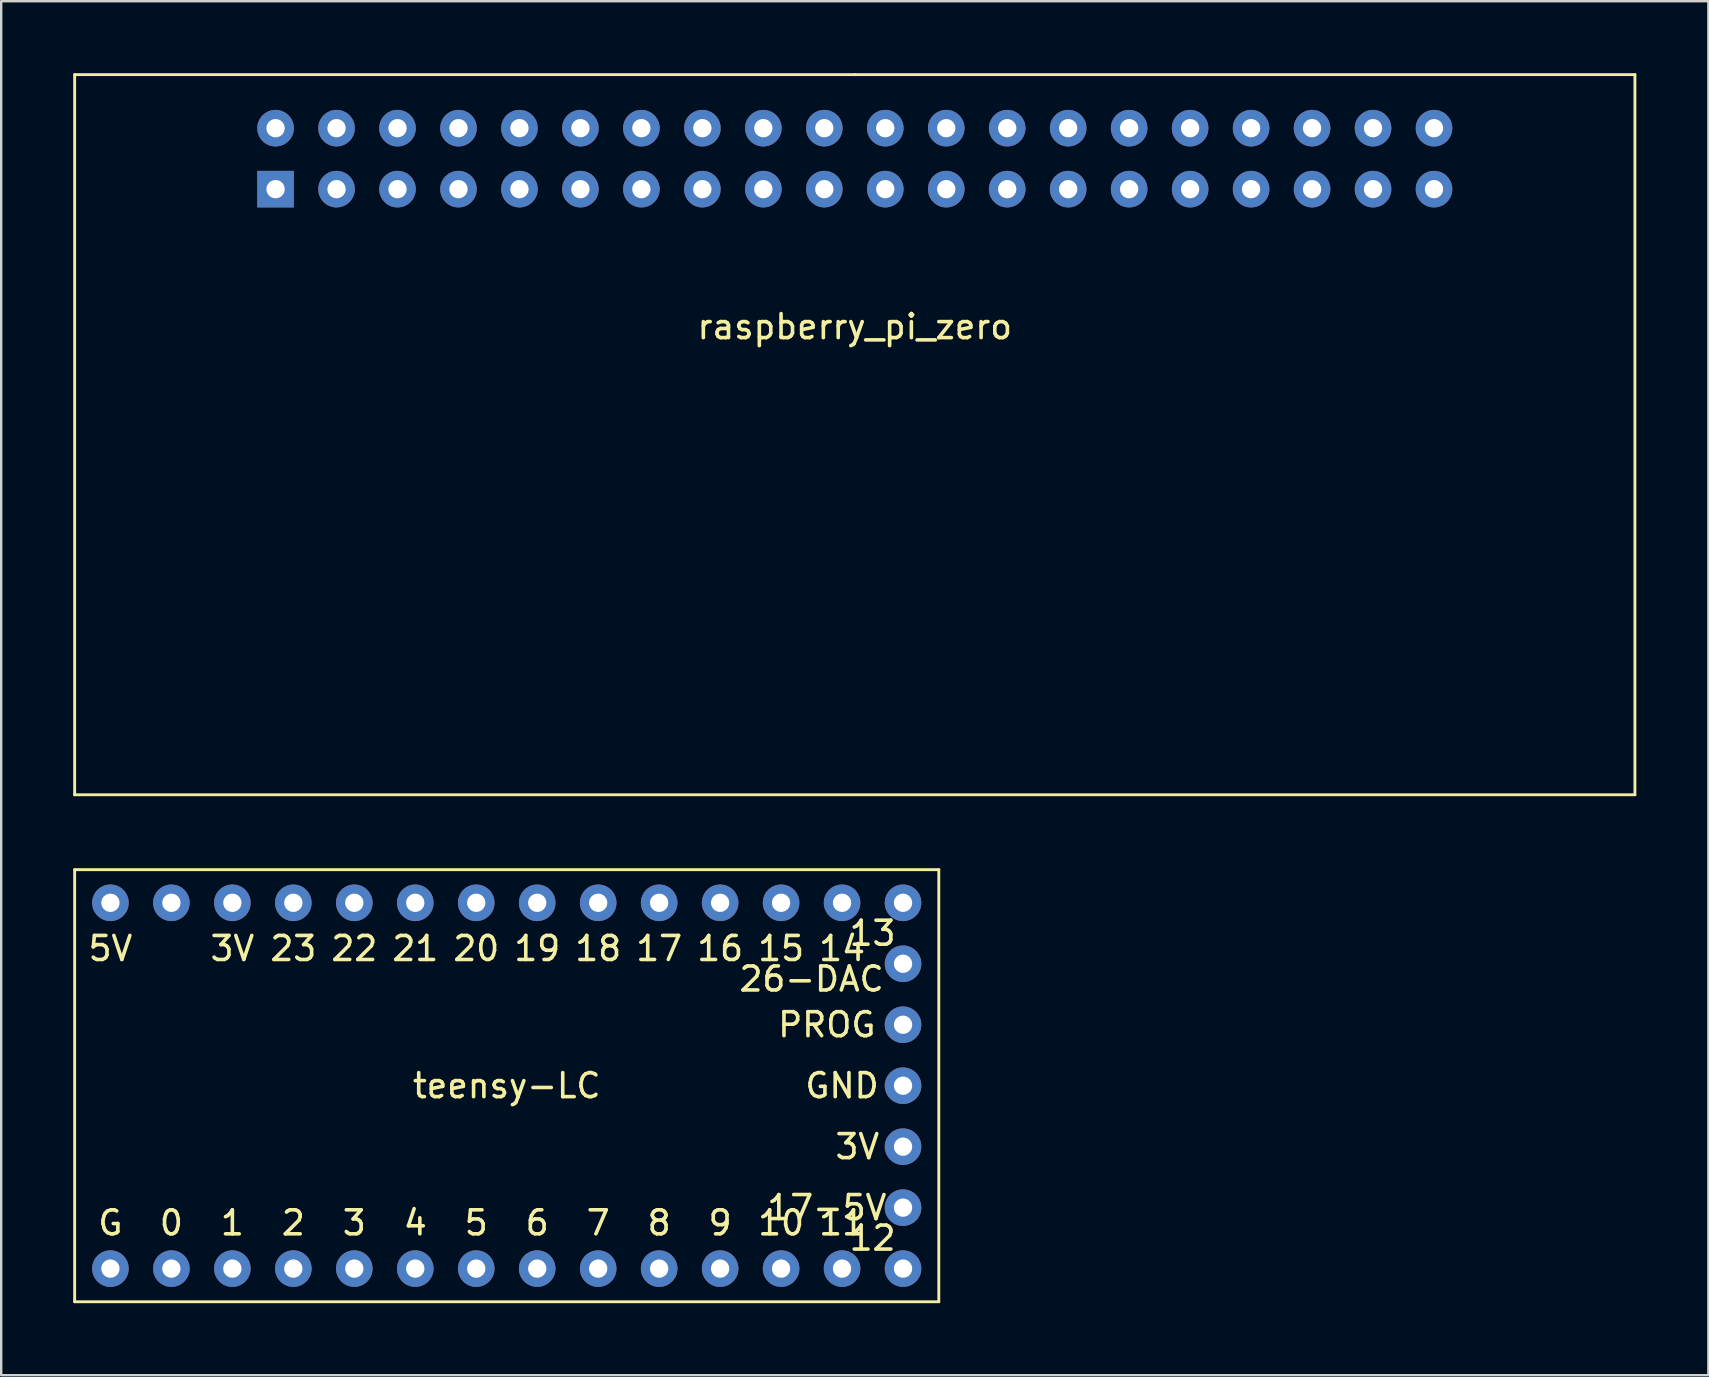
<source format=kicad_pcb>
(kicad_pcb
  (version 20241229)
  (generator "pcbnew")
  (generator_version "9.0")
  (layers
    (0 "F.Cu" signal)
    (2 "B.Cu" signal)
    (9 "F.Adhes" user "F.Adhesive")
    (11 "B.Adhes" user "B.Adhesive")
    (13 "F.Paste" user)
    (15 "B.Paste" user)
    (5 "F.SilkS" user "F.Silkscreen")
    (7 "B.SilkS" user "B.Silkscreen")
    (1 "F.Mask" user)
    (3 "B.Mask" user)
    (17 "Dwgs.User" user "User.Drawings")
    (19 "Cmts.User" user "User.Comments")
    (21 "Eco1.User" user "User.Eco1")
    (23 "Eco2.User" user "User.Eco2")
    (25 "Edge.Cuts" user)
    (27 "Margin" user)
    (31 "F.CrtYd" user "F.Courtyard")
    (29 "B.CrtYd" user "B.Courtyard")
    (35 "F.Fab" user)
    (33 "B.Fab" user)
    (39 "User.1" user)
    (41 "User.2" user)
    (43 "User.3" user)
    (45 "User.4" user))
  (footprint "teensy-LC"
    (layer "F.Cu")
    (at 18.06 42.18)
    (property "Reference" "teensy-LC" (at 0 0 0) (layer "F.SilkS") (effects (font (size 1 1) (thickness 0.15))))
    (attr through_hole)
    (fp_line (start -18 -9) (end 18 -9) (stroke (width 0.12) (type solid)) (layer "F.SilkS"))
    (fp_line (start -18 9) (end -18 -9) (stroke (width 0.12) (type solid)) (layer "F.SilkS"))
    (fp_line (start 18 -9) (end 18 9) (stroke (width 0.12) (type solid)) (layer "F.SilkS"))
    (fp_line (start 18 9) (end -18 9) (stroke (width 0.12) (type solid)) (layer "F.SilkS"))
    (fp_text user "21" (at -3.81 -5.715 0) (layer "F.SilkS") (effects (font (size 1 1) (thickness 0.15))))
    (fp_text user "17-5V" (at 13.335 5.08 0) (layer "F.SilkS") (effects (font (size 1 1) (thickness 0.15))))
    (fp_text user "15" (at 11.43 -5.715 0) (layer "F.SilkS") (effects (font (size 1 1) (thickness 0.15))))
    (fp_text user "16" (at 8.89 -5.715 0) (layer "F.SilkS") (effects (font (size 1 1) (thickness 0.15))))
    (fp_text user "13" (at 15.24 -6.35 0) (layer "F.SilkS") (effects (font (size 1 1) (thickness 0.15))))
    (fp_text user "0" (at -13.97 5.715 0) (layer "F.SilkS") (effects (font (size 1 1) (thickness 0.15))))
    (fp_text user "20" (at -1.27 -5.715 0) (layer "F.SilkS") (effects (font (size 1 1) (thickness 0.15))))
    (fp_text user "3V" (at -11.43 -5.715 0) (layer "F.SilkS") (effects (font (size 1 1) (thickness 0.15))))
    (fp_text user "1" (at -11.43 5.715 0) (layer "F.SilkS") (effects (font (size 1 1) (thickness 0.15))))
    (fp_text user "17" (at 6.35 -5.715 0) (layer "F.SilkS") (effects (font (size 1 1) (thickness 0.15))))
    (fp_text user "6" (at 1.27 5.715 0) (layer "F.SilkS") (effects (font (size 1 1) (thickness 0.15))))
    (fp_text user "22" (at -6.35 -5.715 0) (layer "F.SilkS") (effects (font (size 1 1) (thickness 0.15))))
    (fp_text user "9" (at 8.89 5.715 0) (layer "F.SilkS") (effects (font (size 1 1) (thickness 0.15))))
    (fp_text user "18" (at 3.81 -5.715 0) (layer "F.SilkS") (effects (font (size 1 1) (thickness 0.15))))
    (fp_text user "26-DAC" (at 12.7 -4.445 0) (layer "F.SilkS") (effects (font (size 1 1) (thickness 0.15))))
    (fp_text user "PROG" (at 13.335 -2.54 0) (layer "F.SilkS") (effects (font (size 1 1) (thickness 0.15))))
    (fp_text user "3" (at -6.35 5.715 0) (layer "F.SilkS") (effects (font (size 1 1) (thickness 0.15))))
    (fp_text user "8" (at 6.35 5.715 0) (layer "F.SilkS") (effects (font (size 1 1) (thickness 0.15))))
    (fp_text user "G" (at -16.51 5.715 0) (layer "F.SilkS") (effects (font (size 1 1) (thickness 0.15))))
    (fp_text user "4" (at -3.81 5.715 0) (layer "F.SilkS") (effects (font (size 1 1) (thickness 0.15))))
    (fp_text user "5V" (at -16.51 -5.715 0) (layer "F.SilkS") (effects (font (size 1 1) (thickness 0.15))))
    (fp_text user "5" (at -1.27 5.715 0) (layer "F.SilkS") (effects (font (size 1 1) (thickness 0.15))))
    (fp_text user "12" (at 15.24 6.35 0) (layer "F.SilkS") (effects (font (size 1 1) (thickness 0.15))))
    (fp_text user "10" (at 11.43 5.715 0) (layer "F.SilkS") (effects (font (size 1 1) (thickness 0.15))))
    (fp_text user "19" (at 1.27 -5.715 0) (layer "F.SilkS") (effects (font (size 1 1) (thickness 0.15))))
    (fp_text user "3V" (at 14.605 2.54 0) (layer "F.SilkS") (effects (font (size 1 1) (thickness 0.15))))
    (fp_text user "11" (at 13.97 5.715 0) (layer "F.SilkS") (effects (font (size 1 1) (thickness 0.15))))
    (fp_text user "14" (at 13.97 -5.715 0) (layer "F.SilkS") (effects (font (size 1 1) (thickness 0.15))))
    (fp_text user "7" (at 3.81 5.715 0) (layer "F.SilkS") (effects (font (size 1 1) (thickness 0.15))))
    (fp_text user "23" (at -8.89 -5.715 0) (layer "F.SilkS") (effects (font (size 1 1) (thickness 0.15))))
    (fp_text user "2" (at -8.89 5.715 0) (layer "F.SilkS") (effects (font (size 1 1) (thickness 0.15))))
    (fp_text user "GND" (at 13.97 0 0) (layer "F.SilkS") (effects (font (size 1 1) (thickness 0.15))))
    (pad "1" thru_hole circle (at -16.51 7.62) (size 1.524 1.524) (drill 0.762) (layers "*.Cu" "*.Mask"))
    (pad "2" thru_hole circle (at -13.97 7.62) (size 1.524 1.524) (drill 0.762) (layers "*.Cu" "*.Mask"))
    (pad "3" thru_hole circle (at -11.43 7.62) (size 1.524 1.524) (drill 0.762) (layers "*.Cu" "*.Mask"))
    (pad "4" thru_hole circle (at -8.89 7.62) (size 1.524 1.524) (drill 0.762) (layers "*.Cu" "*.Mask"))
    (pad "5" thru_hole circle (at -6.35 7.62) (size 1.524 1.524) (drill 0.762) (layers "*.Cu" "*.Mask"))
    (pad "6" thru_hole circle (at -3.81 7.62) (size 1.524 1.524) (drill 0.762) (layers "*.Cu" "*.Mask"))
    (pad "7" thru_hole circle (at -1.27 7.62) (size 1.524 1.524) (drill 0.762) (layers "*.Cu" "*.Mask"))
    (pad "8" thru_hole circle (at 1.27 7.62) (size 1.524 1.524) (drill 0.762) (layers "*.Cu" "*.Mask"))
    (pad "9" thru_hole circle (at 3.81 7.62) (size 1.524 1.524) (drill 0.762) (layers "*.Cu" "*.Mask"))
    (pad "10" thru_hole circle (at 6.35 7.62) (size 1.524 1.524) (drill 0.762) (layers "*.Cu" "*.Mask"))
    (pad "11" thru_hole circle (at 8.89 7.62) (size 1.524 1.524) (drill 0.762) (layers "*.Cu" "*.Mask"))
    (pad "12" thru_hole circle (at 11.43 7.62) (size 1.524 1.524) (drill 0.762) (layers "*.Cu" "*.Mask"))
    (pad "13" thru_hole circle (at 13.97 7.62) (size 1.524 1.524) (drill 0.762) (layers "*.Cu" "*.Mask"))
    (pad "14" thru_hole circle (at 16.51 7.62) (size 1.524 1.524) (drill 0.762) (layers "*.Cu" "*.Mask"))
    (pad "15" thru_hole circle (at 16.51 5.08) (size 1.524 1.524) (drill 0.762) (layers "*.Cu" "*.Mask"))
    (pad "16" thru_hole circle (at 16.51 2.54) (size 1.524 1.524) (drill 0.762) (layers "*.Cu" "*.Mask"))
    (pad "17" thru_hole circle (at 16.51 0) (size 1.524 1.524) (drill 0.762) (layers "*.Cu" "*.Mask"))
    (pad "18" thru_hole circle (at 16.51 -2.54) (size 1.524 1.524) (drill 0.762) (layers "*.Cu" "*.Mask"))
    (pad "19" thru_hole circle (at 16.51 -5.08) (size 1.524 1.524) (drill 0.762) (layers "*.Cu" "*.Mask"))
    (pad "20" thru_hole circle (at 16.51 -7.62) (size 1.524 1.524) (drill 0.762) (layers "*.Cu" "*.Mask"))
    (pad "21" thru_hole circle (at 13.97 -7.62) (size 1.524 1.524) (drill 0.762) (layers "*.Cu" "*.Mask"))
    (pad "22" thru_hole circle (at 11.43 -7.62) (size 1.524 1.524) (drill 0.762) (layers "*.Cu" "*.Mask"))
    (pad "23" thru_hole circle (at 8.89 -7.62) (size 1.524 1.524) (drill 0.762) (layers "*.Cu" "*.Mask"))
    (pad "24" thru_hole circle (at 6.35 -7.62) (size 1.524 1.524) (drill 0.762) (layers "*.Cu" "*.Mask"))
    (pad "25" thru_hole circle (at 3.81 -7.62) (size 1.524 1.524) (drill 0.762) (layers "*.Cu" "*.Mask"))
    (pad "26" thru_hole circle (at 1.27 -7.62) (size 1.524 1.524) (drill 0.762) (layers "*.Cu" "*.Mask"))
    (pad "27" thru_hole circle (at -1.27 -7.62) (size 1.524 1.524) (drill 0.762) (layers "*.Cu" "*.Mask"))
    (pad "28" thru_hole circle (at -3.81 -7.62) (size 1.524 1.524) (drill 0.762) (layers "*.Cu" "*.Mask"))
    (pad "29" thru_hole circle (at -6.35 -7.62) (size 1.524 1.524) (drill 0.762) (layers "*.Cu" "*.Mask"))
    (pad "30" thru_hole circle (at -8.89 -7.62) (size 1.524 1.524) (drill 0.762) (layers "*.Cu" "*.Mask"))
    (pad "31" thru_hole circle (at -11.43 -7.62) (size 1.524 1.524) (drill 0.762) (layers "*.Cu" "*.Mask"))
    (pad "32" thru_hole circle (at -13.97 -7.62) (size 1.524 1.524) (drill 0.762) (layers "*.Cu" "*.Mask"))
    (pad "33" thru_hole circle (at -16.51 -7.62) (size 1.524 1.524) (drill 0.762) (layers "*.Cu" "*.Mask")))
  (footprint "raspberry_pi_zero"
    (layer "F.Cu")
    (at 32.56 3.56)
    (property "Reference" "raspberry_pi_zero" (at 0 7 0) (layer "F.SilkS") (effects (font (size 1 1) (thickness 0.15))))
    (attr through_hole)
    (fp_line (start -32.5 26.5) (end -32.5 -3.5) (stroke (width 0.12) (type solid)) (layer "F.SilkS"))
    (fp_line (start 0 -3.5) (end -32.5 -3.5) (stroke (width 0.12) (type solid)) (layer "F.SilkS"))
    (fp_line (start 0 -3.5) (end 32.5 -3.5) (stroke (width 0.12) (type solid)) (layer "F.SilkS"))
    (fp_line (start 32.5 -3.5) (end 32.5 26.5) (stroke (width 0.12) (type solid)) (layer "F.SilkS"))
    (fp_line (start 32.5 26.5) (end -32.5 26.5) (stroke (width 0.12) (type solid)) (layer "F.SilkS"))
    (pad "1" thru_hole rect (at -24.13 1.27) (size 1.524 1.524) (drill 0.762) (layers "*.Cu" "*.Mask"))
    (pad "2" thru_hole circle (at -24.13 -1.27) (size 1.524 1.524) (drill 0.762) (layers "*.Cu" "*.Mask"))
    (pad "3" thru_hole circle (at -21.59 1.27) (size 1.524 1.524) (drill 0.762) (layers "*.Cu" "*.Mask"))
    (pad "4" thru_hole circle (at -21.59 -1.27) (size 1.524 1.524) (drill 0.762) (layers "*.Cu" "*.Mask"))
    (pad "5" thru_hole circle (at -19.05 1.27) (size 1.524 1.524) (drill 0.762) (layers "*.Cu" "*.Mask"))
    (pad "6" thru_hole circle (at -19.05 -1.27) (size 1.524 1.524) (drill 0.762) (layers "*.Cu" "*.Mask"))
    (pad "7" thru_hole circle (at -16.51 1.27) (size 1.524 1.524) (drill 0.762) (layers "*.Cu" "*.Mask"))
    (pad "8" thru_hole circle (at -16.51 -1.27) (size 1.524 1.524) (drill 0.762) (layers "*.Cu" "*.Mask"))
    (pad "9" thru_hole circle (at -13.97 1.27) (size 1.524 1.524) (drill 0.762) (layers "*.Cu" "*.Mask"))
    (pad "10" thru_hole circle (at -13.97 -1.27) (size 1.524 1.524) (drill 0.762) (layers "*.Cu" "*.Mask"))
    (pad "11" thru_hole circle (at -11.43 1.27) (size 1.524 1.524) (drill 0.762) (layers "*.Cu" "*.Mask"))
    (pad "12" thru_hole circle (at -11.43 -1.27) (size 1.524 1.524) (drill 0.762) (layers "*.Cu" "*.Mask"))
    (pad "13" thru_hole circle (at -8.89 1.27) (size 1.524 1.524) (drill 0.762) (layers "*.Cu" "*.Mask"))
    (pad "14" thru_hole circle (at -8.89 -1.27) (size 1.524 1.524) (drill 0.762) (layers "*.Cu" "*.Mask"))
    (pad "15" thru_hole circle (at -6.35 1.27) (size 1.524 1.524) (drill 0.762) (layers "*.Cu" "*.Mask"))
    (pad "16" thru_hole circle (at -6.35 -1.27) (size 1.524 1.524) (drill 0.762) (layers "*.Cu" "*.Mask"))
    (pad "17" thru_hole circle (at -3.81 1.27) (size 1.524 1.524) (drill 0.762) (layers "*.Cu" "*.Mask"))
    (pad "18" thru_hole circle (at -3.81 -1.27) (size 1.524 1.524) (drill 0.762) (layers "*.Cu" "*.Mask"))
    (pad "19" thru_hole circle (at -1.27 1.27) (size 1.524 1.524) (drill 0.762) (layers "*.Cu" "*.Mask"))
    (pad "20" thru_hole circle (at -1.27 -1.27) (size 1.524 1.524) (drill 0.762) (layers "*.Cu" "*.Mask"))
    (pad "21" thru_hole circle (at 1.27 1.27) (size 1.524 1.524) (drill 0.762) (layers "*.Cu" "*.Mask"))
    (pad "22" thru_hole circle (at 1.27 -1.27) (size 1.524 1.524) (drill 0.762) (layers "*.Cu" "*.Mask"))
    (pad "23" thru_hole circle (at 3.81 1.27) (size 1.524 1.524) (drill 0.762) (layers "*.Cu" "*.Mask"))
    (pad "24" thru_hole circle (at 3.81 -1.27) (size 1.524 1.524) (drill 0.762) (layers "*.Cu" "*.Mask"))
    (pad "25" thru_hole circle (at 6.35 1.27) (size 1.524 1.524) (drill 0.762) (layers "*.Cu" "*.Mask"))
    (pad "26" thru_hole circle (at 6.35 -1.27) (size 1.524 1.524) (drill 0.762) (layers "*.Cu" "*.Mask"))
    (pad "27" thru_hole circle (at 8.89 1.27) (size 1.524 1.524) (drill 0.762) (layers "*.Cu" "*.Mask"))
    (pad "28" thru_hole circle (at 8.89 -1.27) (size 1.524 1.524) (drill 0.762) (layers "*.Cu" "*.Mask"))
    (pad "29" thru_hole circle (at 11.43 1.27) (size 1.524 1.524) (drill 0.762) (layers "*.Cu" "*.Mask"))
    (pad "30" thru_hole circle (at 11.43 -1.27) (size 1.524 1.524) (drill 0.762) (layers "*.Cu" "*.Mask"))
    (pad "31" thru_hole circle (at 13.97 1.27) (size 1.524 1.524) (drill 0.762) (layers "*.Cu" "*.Mask"))
    (pad "32" thru_hole circle (at 13.97 -1.27) (size 1.524 1.524) (drill 0.762) (layers "*.Cu" "*.Mask"))
    (pad "33" thru_hole circle (at 16.51 1.27) (size 1.524 1.524) (drill 0.762) (layers "*.Cu" "*.Mask"))
    (pad "34" thru_hole circle (at 16.51 -1.27) (size 1.524 1.524) (drill 0.762) (layers "*.Cu" "*.Mask"))
    (pad "35" thru_hole circle (at 19.05 1.27) (size 1.524 1.524) (drill 0.762) (layers "*.Cu" "*.Mask"))
    (pad "36" thru_hole circle (at 19.05 -1.27) (size 1.524 1.524) (drill 0.762) (layers "*.Cu" "*.Mask"))
    (pad "37" thru_hole circle (at 21.59 1.27) (size 1.524 1.524) (drill 0.762) (layers "*.Cu" "*.Mask"))
    (pad "38" thru_hole circle (at 21.59 -1.27) (size 1.524 1.524) (drill 0.762) (layers "*.Cu" "*.Mask"))
    (pad "39" thru_hole circle (at 24.13 1.27) (size 1.524 1.524) (drill 0.762) (layers "*.Cu" "*.Mask"))
    (pad "40" thru_hole circle (at 24.13 -1.27) (size 1.524 1.524) (drill 0.762) (layers "*.Cu" "*.Mask")))
  (gr_rect
    (start -3 -3)
    (end 68.12 54.24)
    (stroke (width 0.1) (type default))
    (fill no)
    (layer "Edge.Cuts")))
</source>
